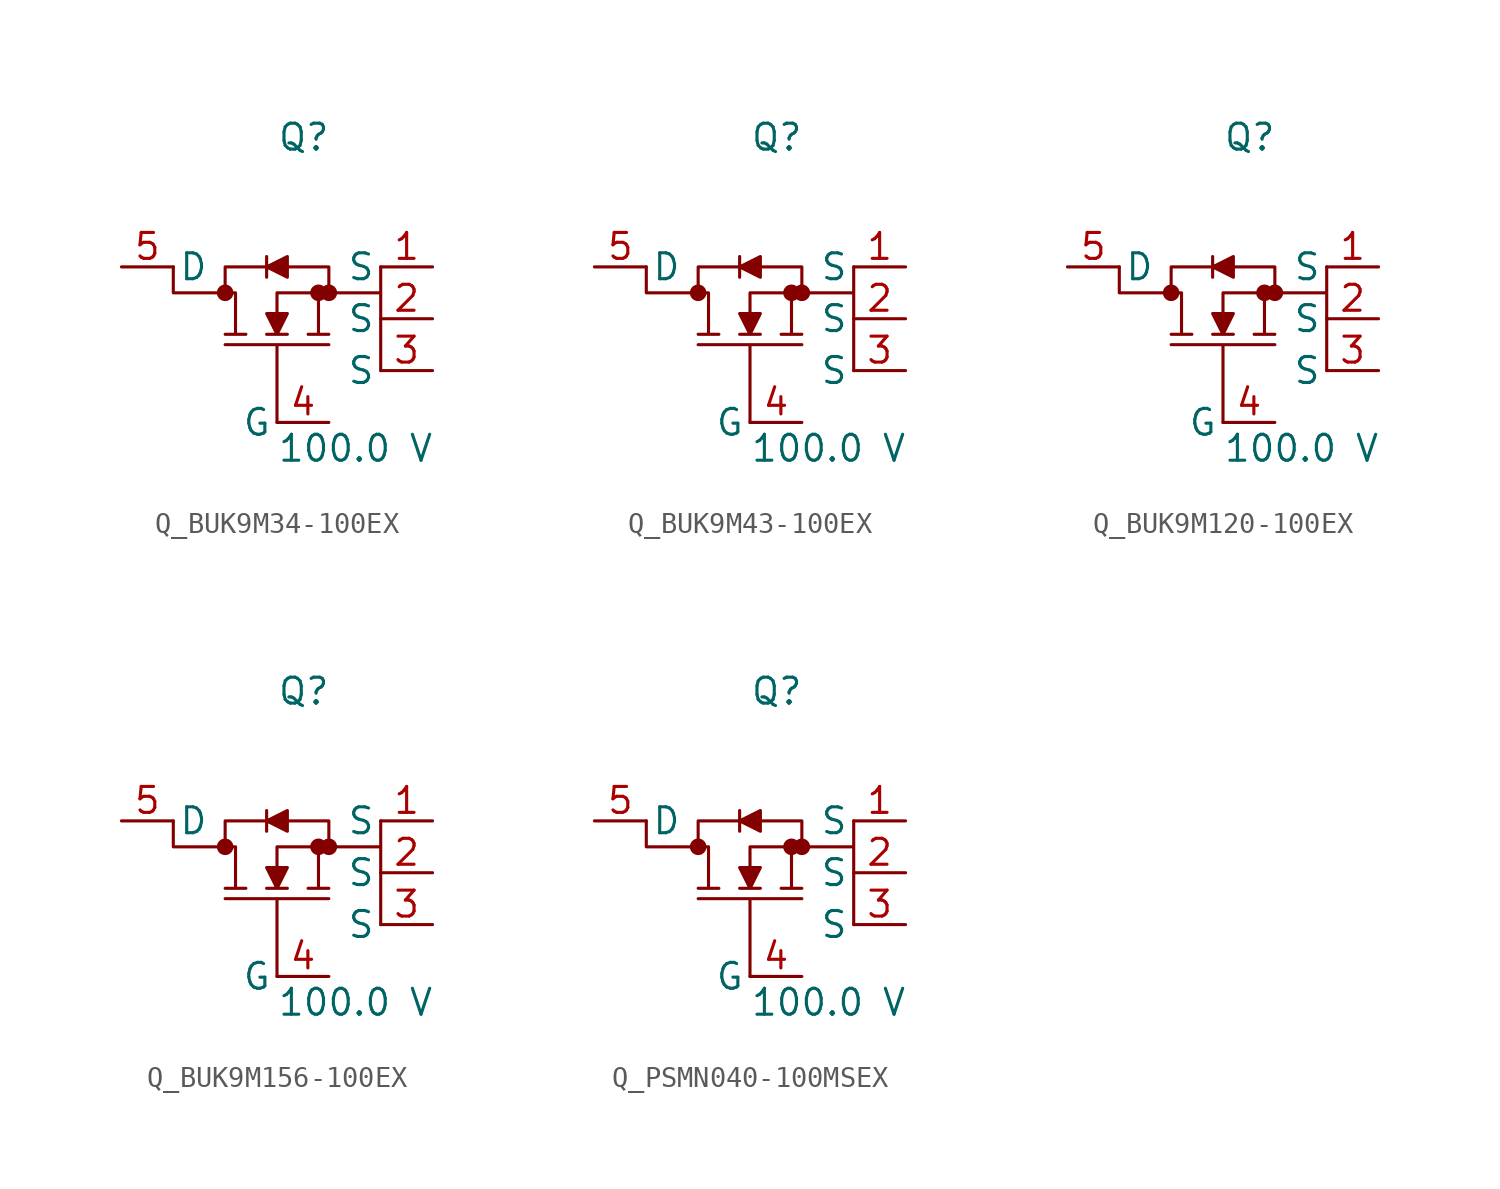
<source format=kicad_sym>
(kicad_symbol_lib
  (version 20231120)
  (generator kicad_symbol_editor)
  (generator_version 8.0)
  (symbol "Q_BUK9M34-100EX"
    (pin_names
      (offset 0.254))
    (property "Reference" "Q"
      (at 0.0 7.62 0)
      (effects (font (size 1.27 1.27)) (justify left)))
    (property "Value" "100.0 V"
      (at 0.0 -7.62 0)
      (effects (font (size 1.27 1.27)) (justify left)))
    (symbol "Q_BUK9M34-100EX_1_0"
      (polyline (pts (xy 0 -6.35) (xy 0 -2.54) (xy -2.54 -2.54) (xy 2.54 -2.54) (xy 0 -2.54) (xy 0 -6.35)) (stroke (width 0) (type default)) (fill (type none)))
      (polyline (pts (xy 5.08 1.27) (xy 5.08 0.0) (xy 2.54 0.0) (xy 2.54 1.27) (xy 0.508 1.27) (xy 0.508 1.778) (xy -0.508 1.27) (xy -0.508 1.778) (xy -0.508 1.27) (xy -2.54 1.27) (xy -2.54 0.0) (xy -5.08 0.0) (xy -5.08 1.27) (xy -5.08 0.0) (xy -2.032 0.0) (xy -2.032 -2.032) (xy -2.54 -2.032) (xy -1.524 -2.032) (xy -2.032 -2.032) (xy -2.032 0.0) (xy -2.54 0.0) (xy -2.54 1.27) (xy -0.508 1.27) (xy -0.508 0.762) (xy -0.508 1.27) (xy 0.508 0.762) (xy 0.508 1.27) (xy 2.54 1.27) (xy 2.54 0.0) (xy 0 0.0) (xy 0 -1.016) (xy -0.508 -1.016) (xy 0 -2.032) (xy -0.508 -2.032) (xy 0.508 -2.032) (xy 0 -2.032) (xy 0.508 -1.016) (xy 0 -1.016) (xy 0 0.0) (xy 2.032 0.0) (xy 2.032 -2.032) (xy 1.524 -2.032) (xy 2.54 -2.032) (xy 2.032 -2.032) (xy 2.032 0.0) (xy 5.08 0.0) (xy 5.08 -3.81)) (stroke (width 0) (type default)) (fill (type outline)))
      (circle (center -2.54 0.0) (radius 0.025) (stroke (width 0.381) (type default)) (fill (type none)))
      (circle (center 2.032 0.0) (radius 0.025) (stroke (width 0.381) (type default)) (fill (type none)))
      (circle (center 2.54 0.0) (radius 0.025) (stroke (width 0.381) (type default)) (fill (type none)))
      (pin unspecified line (at -7.62 1.27 0) (length 2.54) (name "D" (effects (font (size 1.27 1.27)))) (number "5" (effects (font (size 1.27 1.27)))))
      (pin unspecified line (at 7.62 1.27 180) (length 2.54) (name "S" (effects (font (size 1.27 1.27)))) (number "1" (effects (font (size 1.27 1.27)))))
      (pin unspecified line (at 7.62 -1.27 180) (length 2.54) (name "S" (effects (font (size 1.27 1.27)))) (number "2" (effects (font (size 1.27 1.27)))))
      (pin unspecified line (at 7.62 -3.81 180) (length 2.54) (name "S" (effects (font (size 1.27 1.27)))) (number "3" (effects (font (size 1.27 1.27)))))
      (pin unspecified line (at 2.54 -6.35 180) (length 2.54) (name "G" (effects (font (size 1.27 1.27)))) (number "4" (effects (font (size 1.27 1.27)))))))
  (symbol "Q_BUK9M43-100EX"
    (pin_names
      (offset 0.254))
    (property "Reference" "Q"
      (at 0.0 7.62 0)
      (effects (font (size 1.27 1.27)) (justify left)))
    (property "Value" "100.0 V"
      (at 0.0 -7.62 0)
      (effects (font (size 1.27 1.27)) (justify left)))
    (symbol "Q_BUK9M43-100EX_1_0"
      (polyline (pts (xy 0 -6.35) (xy 0 -2.54) (xy -2.54 -2.54) (xy 2.54 -2.54) (xy 0 -2.54) (xy 0 -6.35)) (stroke (width 0) (type default)) (fill (type none)))
      (polyline (pts (xy 5.08 1.27) (xy 5.08 0.0) (xy 2.54 0.0) (xy 2.54 1.27) (xy 0.508 1.27) (xy 0.508 1.778) (xy -0.508 1.27) (xy -0.508 1.778) (xy -0.508 1.27) (xy -2.54 1.27) (xy -2.54 0.0) (xy -5.08 0.0) (xy -5.08 1.27) (xy -5.08 0.0) (xy -2.032 0.0) (xy -2.032 -2.032) (xy -2.54 -2.032) (xy -1.524 -2.032) (xy -2.032 -2.032) (xy -2.032 0.0) (xy -2.54 0.0) (xy -2.54 1.27) (xy -0.508 1.27) (xy -0.508 0.762) (xy -0.508 1.27) (xy 0.508 0.762) (xy 0.508 1.27) (xy 2.54 1.27) (xy 2.54 0.0) (xy 0 0.0) (xy 0 -1.016) (xy -0.508 -1.016) (xy 0 -2.032) (xy -0.508 -2.032) (xy 0.508 -2.032) (xy 0 -2.032) (xy 0.508 -1.016) (xy 0 -1.016) (xy 0 0.0) (xy 2.032 0.0) (xy 2.032 -2.032) (xy 1.524 -2.032) (xy 2.54 -2.032) (xy 2.032 -2.032) (xy 2.032 0.0) (xy 5.08 0.0) (xy 5.08 -3.81)) (stroke (width 0) (type default)) (fill (type outline)))
      (circle (center -2.54 0.0) (radius 0.025) (stroke (width 0.381) (type default)) (fill (type none)))
      (circle (center 2.032 0.0) (radius 0.025) (stroke (width 0.381) (type default)) (fill (type none)))
      (circle (center 2.54 0.0) (radius 0.025) (stroke (width 0.381) (type default)) (fill (type none)))
      (pin unspecified line (at -7.62 1.27 0) (length 2.54) (name "D" (effects (font (size 1.27 1.27)))) (number "5" (effects (font (size 1.27 1.27)))))
      (pin unspecified line (at 7.62 1.27 180) (length 2.54) (name "S" (effects (font (size 1.27 1.27)))) (number "1" (effects (font (size 1.27 1.27)))))
      (pin unspecified line (at 7.62 -1.27 180) (length 2.54) (name "S" (effects (font (size 1.27 1.27)))) (number "2" (effects (font (size 1.27 1.27)))))
      (pin unspecified line (at 7.62 -3.81 180) (length 2.54) (name "S" (effects (font (size 1.27 1.27)))) (number "3" (effects (font (size 1.27 1.27)))))
      (pin unspecified line (at 2.54 -6.35 180) (length 2.54) (name "G" (effects (font (size 1.27 1.27)))) (number "4" (effects (font (size 1.27 1.27)))))))
  (symbol "Q_BUK9M120-100EX"
    (pin_names
      (offset 0.254))
    (property "Reference" "Q"
      (at 0.0 7.62 0)
      (effects (font (size 1.27 1.27)) (justify left)))
    (property "Value" "100.0 V"
      (at 0.0 -7.62 0)
      (effects (font (size 1.27 1.27)) (justify left)))
    (symbol "Q_BUK9M120-100EX_1_0"
      (polyline (pts (xy 0 -6.35) (xy 0 -2.54) (xy -2.54 -2.54) (xy 2.54 -2.54) (xy 0 -2.54) (xy 0 -6.35)) (stroke (width 0) (type default)) (fill (type none)))
      (polyline (pts (xy 5.08 1.27) (xy 5.08 0.0) (xy 2.54 0.0) (xy 2.54 1.27) (xy 0.508 1.27) (xy 0.508 1.778) (xy -0.508 1.27) (xy -0.508 1.778) (xy -0.508 1.27) (xy -2.54 1.27) (xy -2.54 0.0) (xy -5.08 0.0) (xy -5.08 1.27) (xy -5.08 0.0) (xy -2.032 0.0) (xy -2.032 -2.032) (xy -2.54 -2.032) (xy -1.524 -2.032) (xy -2.032 -2.032) (xy -2.032 0.0) (xy -2.54 0.0) (xy -2.54 1.27) (xy -0.508 1.27) (xy -0.508 0.762) (xy -0.508 1.27) (xy 0.508 0.762) (xy 0.508 1.27) (xy 2.54 1.27) (xy 2.54 0.0) (xy 0 0.0) (xy 0 -1.016) (xy -0.508 -1.016) (xy 0 -2.032) (xy -0.508 -2.032) (xy 0.508 -2.032) (xy 0 -2.032) (xy 0.508 -1.016) (xy 0 -1.016) (xy 0 0.0) (xy 2.032 0.0) (xy 2.032 -2.032) (xy 1.524 -2.032) (xy 2.54 -2.032) (xy 2.032 -2.032) (xy 2.032 0.0) (xy 5.08 0.0) (xy 5.08 -3.81)) (stroke (width 0) (type default)) (fill (type outline)))
      (circle (center -2.54 0.0) (radius 0.025) (stroke (width 0.381) (type default)) (fill (type none)))
      (circle (center 2.032 0.0) (radius 0.025) (stroke (width 0.381) (type default)) (fill (type none)))
      (circle (center 2.54 0.0) (radius 0.025) (stroke (width 0.381) (type default)) (fill (type none)))
      (pin unspecified line (at -7.62 1.27 0) (length 2.54) (name "D" (effects (font (size 1.27 1.27)))) (number "5" (effects (font (size 1.27 1.27)))))
      (pin unspecified line (at 7.62 1.27 180) (length 2.54) (name "S" (effects (font (size 1.27 1.27)))) (number "1" (effects (font (size 1.27 1.27)))))
      (pin unspecified line (at 7.62 -1.27 180) (length 2.54) (name "S" (effects (font (size 1.27 1.27)))) (number "2" (effects (font (size 1.27 1.27)))))
      (pin unspecified line (at 7.62 -3.81 180) (length 2.54) (name "S" (effects (font (size 1.27 1.27)))) (number "3" (effects (font (size 1.27 1.27)))))
      (pin unspecified line (at 2.54 -6.35 180) (length 2.54) (name "G" (effects (font (size 1.27 1.27)))) (number "4" (effects (font (size 1.27 1.27)))))))
  (symbol "Q_BUK9M156-100EX"
    (pin_names
      (offset 0.254))
    (property "Reference" "Q"
      (at 0.0 7.62 0)
      (effects (font (size 1.27 1.27)) (justify left)))
    (property "Value" "100.0 V"
      (at 0.0 -7.62 0)
      (effects (font (size 1.27 1.27)) (justify left)))
    (symbol "Q_BUK9M156-100EX_1_0"
      (polyline (pts (xy 0 -6.35) (xy 0 -2.54) (xy -2.54 -2.54) (xy 2.54 -2.54) (xy 0 -2.54) (xy 0 -6.35)) (stroke (width 0) (type default)) (fill (type none)))
      (polyline (pts (xy 5.08 1.27) (xy 5.08 0.0) (xy 2.54 0.0) (xy 2.54 1.27) (xy 0.508 1.27) (xy 0.508 1.778) (xy -0.508 1.27) (xy -0.508 1.778) (xy -0.508 1.27) (xy -2.54 1.27) (xy -2.54 0.0) (xy -5.08 0.0) (xy -5.08 1.27) (xy -5.08 0.0) (xy -2.032 0.0) (xy -2.032 -2.032) (xy -2.54 -2.032) (xy -1.524 -2.032) (xy -2.032 -2.032) (xy -2.032 0.0) (xy -2.54 0.0) (xy -2.54 1.27) (xy -0.508 1.27) (xy -0.508 0.762) (xy -0.508 1.27) (xy 0.508 0.762) (xy 0.508 1.27) (xy 2.54 1.27) (xy 2.54 0.0) (xy 0 0.0) (xy 0 -1.016) (xy -0.508 -1.016) (xy 0 -2.032) (xy -0.508 -2.032) (xy 0.508 -2.032) (xy 0 -2.032) (xy 0.508 -1.016) (xy 0 -1.016) (xy 0 0.0) (xy 2.032 0.0) (xy 2.032 -2.032) (xy 1.524 -2.032) (xy 2.54 -2.032) (xy 2.032 -2.032) (xy 2.032 0.0) (xy 5.08 0.0) (xy 5.08 -3.81)) (stroke (width 0) (type default)) (fill (type outline)))
      (circle (center -2.54 0.0) (radius 0.025) (stroke (width 0.381) (type default)) (fill (type none)))
      (circle (center 2.032 0.0) (radius 0.025) (stroke (width 0.381) (type default)) (fill (type none)))
      (circle (center 2.54 0.0) (radius 0.025) (stroke (width 0.381) (type default)) (fill (type none)))
      (pin unspecified line (at -7.62 1.27 0) (length 2.54) (name "D" (effects (font (size 1.27 1.27)))) (number "5" (effects (font (size 1.27 1.27)))))
      (pin unspecified line (at 7.62 1.27 180) (length 2.54) (name "S" (effects (font (size 1.27 1.27)))) (number "1" (effects (font (size 1.27 1.27)))))
      (pin unspecified line (at 7.62 -1.27 180) (length 2.54) (name "S" (effects (font (size 1.27 1.27)))) (number "2" (effects (font (size 1.27 1.27)))))
      (pin unspecified line (at 7.62 -3.81 180) (length 2.54) (name "S" (effects (font (size 1.27 1.27)))) (number "3" (effects (font (size 1.27 1.27)))))
      (pin unspecified line (at 2.54 -6.35 180) (length 2.54) (name "G" (effects (font (size 1.27 1.27)))) (number "4" (effects (font (size 1.27 1.27)))))))
  (symbol "Q_PSMN040-100MSEX"
    (pin_names
      (offset 0.254))
    (property "Reference" "Q"
      (at 0.0 7.62 0)
      (effects (font (size 1.27 1.27)) (justify left)))
    (property "Value" "100.0 V"
      (at 0.0 -7.62 0)
      (effects (font (size 1.27 1.27)) (justify left)))
    (symbol "Q_PSMN040-100MSEX_1_0"
      (polyline (pts (xy 0 -6.35) (xy 0 -2.54) (xy -2.54 -2.54) (xy 2.54 -2.54) (xy 0 -2.54) (xy 0 -6.35)) (stroke (width 0) (type default)) (fill (type none)))
      (polyline (pts (xy 5.08 1.27) (xy 5.08 0.0) (xy 2.54 0.0) (xy 2.54 1.27) (xy 0.508 1.27) (xy 0.508 1.778) (xy -0.508 1.27) (xy -0.508 1.778) (xy -0.508 1.27) (xy -2.54 1.27) (xy -2.54 0.0) (xy -5.08 0.0) (xy -5.08 1.27) (xy -5.08 0.0) (xy -2.032 0.0) (xy -2.032 -2.032) (xy -2.54 -2.032) (xy -1.524 -2.032) (xy -2.032 -2.032) (xy -2.032 0.0) (xy -2.54 0.0) (xy -2.54 1.27) (xy -0.508 1.27) (xy -0.508 0.762) (xy -0.508 1.27) (xy 0.508 0.762) (xy 0.508 1.27) (xy 2.54 1.27) (xy 2.54 0.0) (xy 0 0.0) (xy 0 -1.016) (xy -0.508 -1.016) (xy 0 -2.032) (xy -0.508 -2.032) (xy 0.508 -2.032) (xy 0 -2.032) (xy 0.508 -1.016) (xy 0 -1.016) (xy 0 0.0) (xy 2.032 0.0) (xy 2.032 -2.032) (xy 1.524 -2.032) (xy 2.54 -2.032) (xy 2.032 -2.032) (xy 2.032 0.0) (xy 5.08 0.0) (xy 5.08 -3.81)) (stroke (width 0) (type default)) (fill (type outline)))
      (circle (center -2.54 0.0) (radius 0.025) (stroke (width 0.381) (type default)) (fill (type none)))
      (circle (center 2.032 0.0) (radius 0.025) (stroke (width 0.381) (type default)) (fill (type none)))
      (circle (center 2.54 0.0) (radius 0.025) (stroke (width 0.381) (type default)) (fill (type none)))
      (pin unspecified line (at -7.62 1.27 0) (length 2.54) (name "D" (effects (font (size 1.27 1.27)))) (number "5" (effects (font (size 1.27 1.27)))))
      (pin unspecified line (at 7.62 1.27 180) (length 2.54) (name "S" (effects (font (size 1.27 1.27)))) (number "1" (effects (font (size 1.27 1.27)))))
      (pin unspecified line (at 7.62 -1.27 180) (length 2.54) (name "S" (effects (font (size 1.27 1.27)))) (number "2" (effects (font (size 1.27 1.27)))))
      (pin unspecified line (at 7.62 -3.81 180) (length 2.54) (name "S" (effects (font (size 1.27 1.27)))) (number "3" (effects (font (size 1.27 1.27)))))
      (pin unspecified line (at 2.54 -6.35 180) (length 2.54) (name "G" (effects (font (size 1.27 1.27)))) (number "4" (effects (font (size 1.27 1.27))))))))
</source>
